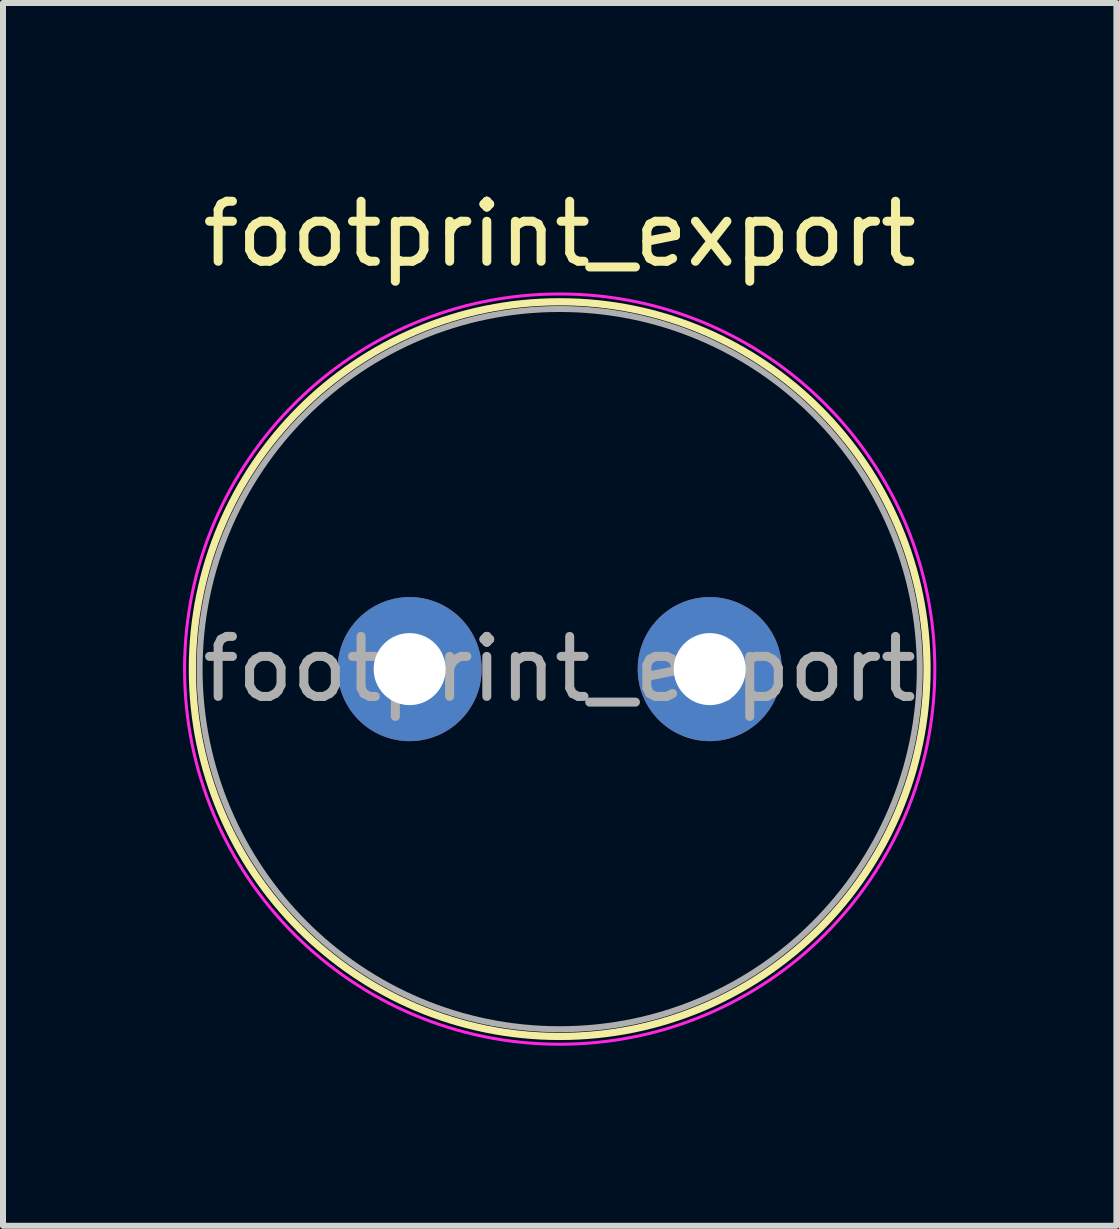
<source format=kicad_pcb>
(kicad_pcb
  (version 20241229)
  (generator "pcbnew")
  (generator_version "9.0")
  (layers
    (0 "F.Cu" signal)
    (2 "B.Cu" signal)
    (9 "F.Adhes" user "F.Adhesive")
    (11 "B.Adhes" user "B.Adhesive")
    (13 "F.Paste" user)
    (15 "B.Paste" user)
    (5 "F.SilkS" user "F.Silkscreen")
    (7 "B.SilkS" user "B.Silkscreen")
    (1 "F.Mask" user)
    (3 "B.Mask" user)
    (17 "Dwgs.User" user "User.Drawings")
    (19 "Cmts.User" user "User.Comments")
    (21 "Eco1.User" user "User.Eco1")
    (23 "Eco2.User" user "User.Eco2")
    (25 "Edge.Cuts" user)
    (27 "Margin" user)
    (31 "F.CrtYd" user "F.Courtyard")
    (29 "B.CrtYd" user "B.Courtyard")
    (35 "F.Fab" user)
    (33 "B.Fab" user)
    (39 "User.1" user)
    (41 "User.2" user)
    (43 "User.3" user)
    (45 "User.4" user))
  (footprint "footprint_export"
    (layer "F.Cu")
    (at 3.775 8.098)
    (property "Reference" "footprint_export" (at 2.5 -7.25 0) (layer "F.SilkS") (effects (font (size 1 1) (thickness 0.15))))
    (attr through_hole)
    (fp_circle (center 2.5 0) (end 8.62 0) (stroke (width 0.12) (type solid)) (fill no) (layer "F.SilkS"))
    (fp_circle (center 2.5 0) (end 8.75 0) (stroke (width 0.05) (type solid)) (fill no) (layer "F.CrtYd"))
    (fp_circle (center 2.5 0) (end 8.5 0) (stroke (width 0.1) (type solid)) (fill no) (layer "F.Fab"))
    (fp_text user "${REFERENCE}" (at 2.5 0 0) (layer "F.Fab") (effects (font (size 1 1) (thickness 0.15))))
    (pad "1" thru_hole circle (at 0 0) (size 2.4 2.4) (drill 1.2) (layers "*.Cu" "*.Mask"))
    (pad "2" thru_hole circle (at 5 0) (size 2.4 2.4) (drill 1.2) (layers "*.Cu" "*.Mask")))
  (gr_rect
    (start -3 -3)
    (end 15.55 17.373)
    (stroke (width 0.1) (type default))
    (fill no)
    (layer "Edge.Cuts")))
</source>
